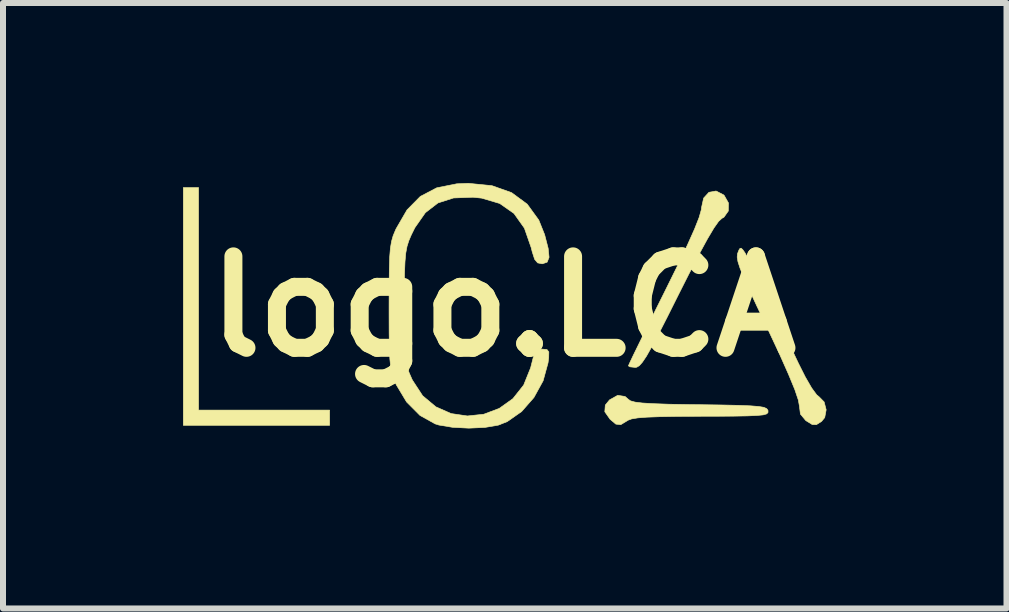
<source format=kicad_pcb>
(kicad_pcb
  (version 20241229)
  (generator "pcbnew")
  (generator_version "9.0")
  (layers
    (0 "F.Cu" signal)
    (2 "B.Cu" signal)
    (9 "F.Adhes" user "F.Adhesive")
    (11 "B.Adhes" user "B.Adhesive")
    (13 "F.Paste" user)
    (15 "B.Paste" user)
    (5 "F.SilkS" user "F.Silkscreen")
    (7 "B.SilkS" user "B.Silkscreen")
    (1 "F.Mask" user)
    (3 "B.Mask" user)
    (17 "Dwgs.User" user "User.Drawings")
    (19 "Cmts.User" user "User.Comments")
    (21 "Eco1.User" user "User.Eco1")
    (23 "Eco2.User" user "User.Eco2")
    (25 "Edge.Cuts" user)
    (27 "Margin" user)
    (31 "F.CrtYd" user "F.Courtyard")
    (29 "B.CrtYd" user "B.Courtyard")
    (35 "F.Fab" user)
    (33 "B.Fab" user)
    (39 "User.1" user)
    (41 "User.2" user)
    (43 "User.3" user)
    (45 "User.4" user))
  (footprint "logo.LCA"
    (layer "F.Cu")
    (at 5.339 2.057)
    (property "Reference" "logo.LCA" (at 0 0 0) (layer "F.SilkS") (effects (font (size 1.524 1.524) (thickness 0.3))))
    (attr through_hole)
    (fp_poly (pts (xy -5.08 1.727) (xy -2.896 1.727) (xy -2.896 1.981) (xy -5.334 1.981) (xy -5.334 -1.981) (xy -5.08 -1.981) (xy -5.08 1.727)) (stroke (width 0.01) (type solid)) (fill yes) (layer "F.SilkS"))
    (fp_poly (pts (xy 3.669 -1.86) (xy 3.679 -1.851) (xy 3.751 -1.724) (xy 3.748 -1.59) (xy 3.674 -1.486) (xy 3.642 -1.469) (xy 3.587 -1.419) (xy 3.508 -1.307) (xy 3.4 -1.125) (xy 3.26 -0.868) (xy 3.085 -0.529) (xy 2.919 -0.2) (xy 2.734 0.17) (xy 2.587 0.458) (xy 2.472 0.673) (xy 2.385 0.827) (xy 2.317 0.928) (xy 2.265 0.987) (xy 2.223 1.012) (xy 2.198 1.016) (xy 2.108 1.006) (xy 2.083 0.99) (xy 2.105 0.94) (xy 2.166 0.811) (xy 2.262 0.615) (xy 2.385 0.364) (xy 2.53 0.071) (xy 2.691 -0.252) (xy 2.692 -0.254) (xy 2.903 -0.681) (xy 3.067 -1.025) (xy 3.186 -1.291) (xy 3.262 -1.484) (xy 3.298 -1.611) (xy 3.302 -1.649) (xy 3.337 -1.806) (xy 3.425 -1.902) (xy 3.544 -1.924) (xy 3.669 -1.86)) (stroke (width 0.01) (type solid)) (fill yes) (layer "F.SilkS"))
    (fp_poly (pts (xy 2.027 1.5) (xy 2.082 1.548) (xy 2.12 1.574) (xy 2.194 1.594) (xy 2.315 1.609) (xy 2.497 1.62) (xy 2.751 1.629) (xy 3.09 1.635) (xy 3.269 1.637) (xy 3.636 1.642) (xy 3.915 1.648) (xy 4.116 1.656) (xy 4.254 1.667) (xy 4.34 1.681) (xy 4.387 1.702) (xy 4.407 1.728) (xy 4.41 1.74) (xy 4.409 1.769) (xy 4.386 1.791) (xy 4.329 1.807) (xy 4.226 1.817) (xy 4.064 1.824) (xy 3.831 1.828) (xy 3.516 1.83) (xy 3.293 1.83) (xy 2.908 1.832) (xy 2.612 1.837) (xy 2.393 1.845) (xy 2.239 1.857) (xy 2.137 1.874) (xy 2.075 1.897) (xy 2.06 1.907) (xy 1.956 1.97) (xy 1.874 1.961) (xy 1.778 1.88) (xy 1.69 1.755) (xy 1.698 1.644) (xy 1.769 1.557) (xy 1.905 1.481) (xy 2.027 1.5)) (stroke (width 0.01) (type solid)) (fill yes) (layer "F.SilkS"))
    (fp_poly (pts (xy 3.987 -0.949) (xy 4.025 -0.895) (xy 4.079 -0.799) (xy 4.153 -0.656) (xy 4.251 -0.457) (xy 4.376 -0.195) (xy 4.534 0.138) (xy 4.728 0.549) (xy 4.915 0.944) (xy 5.031 1.175) (xy 5.136 1.357) (xy 5.221 1.473) (xy 5.258 1.503) (xy 5.345 1.591) (xy 5.379 1.722) (xy 5.355 1.851) (xy 5.303 1.915) (xy 5.216 1.97) (xy 5.147 1.968) (xy 5.048 1.907) (xy 5.039 1.901) (xy 4.95 1.794) (xy 4.933 1.66) (xy 4.915 1.559) (xy 4.856 1.384) (xy 4.752 1.132) (xy 4.604 0.799) (xy 4.408 0.381) (xy 4.397 0.358) (xy 4.228 0.002) (xy 4.099 -0.275) (xy 4.006 -0.484) (xy 3.944 -0.637) (xy 3.909 -0.745) (xy 3.896 -0.822) (xy 3.901 -0.877) (xy 3.914 -0.912) (xy 3.928 -0.945) (xy 3.943 -0.967) (xy 3.961 -0.971) (xy 3.987 -0.949)) (stroke (width 0.01) (type solid)) (fill yes) (layer "F.SilkS"))
    (fp_poly (pts (xy -0.191 -2.013) (xy 0.136 -1.897) (xy 0.397 -1.705) (xy 0.59 -1.439) (xy 0.687 -1.197) (xy 0.746 -0.969) (xy 0.761 -0.819) (xy 0.729 -0.738) (xy 0.65 -0.711) (xy 0.644 -0.711) (xy 0.571 -0.726) (xy 0.521 -0.785) (xy 0.48 -0.912) (xy 0.464 -0.978) (xy 0.35 -1.305) (xy 0.176 -1.55) (xy -0.061 -1.716) (xy -0.362 -1.805) (xy -0.507 -1.82) (xy -0.831 -1.808) (xy -1.09 -1.725) (xy -1.3 -1.563) (xy -1.475 -1.313) (xy -1.535 -1.192) (xy -1.576 -1.096) (xy -1.606 -1.001) (xy -1.627 -0.889) (xy -1.64 -0.744) (xy -1.648 -0.547) (xy -1.65 -0.28) (xy -1.651 0) (xy -1.65 0.333) (xy -1.647 0.582) (xy -1.64 0.766) (xy -1.626 0.902) (xy -1.604 1.009) (xy -1.571 1.104) (xy -1.526 1.207) (xy -1.516 1.228) (xy -1.346 1.488) (xy -1.125 1.673) (xy -0.871 1.785) (xy -0.6 1.825) (xy -0.327 1.796) (xy -0.069 1.699) (xy 0.158 1.537) (xy 0.338 1.31) (xy 0.454 1.022) (xy 0.461 0.994) (xy 0.502 0.832) (xy 0.544 0.747) (xy 0.601 0.715) (xy 0.65 0.711) (xy 0.726 0.718) (xy 0.757 0.758) (xy 0.755 0.856) (xy 0.744 0.94) (xy 0.662 1.239) (xy 0.509 1.517) (xy 0.304 1.751) (xy 0.064 1.919) (xy -0.085 1.978) (xy -0.308 2.016) (xy -0.576 2.028) (xy -0.847 2.014) (xy -1.076 1.976) (xy -1.137 1.957) (xy -1.39 1.816) (xy -1.613 1.592) (xy -1.786 1.304) (xy -1.787 1.301) (xy -1.827 1.208) (xy -1.857 1.116) (xy -1.878 1.011) (xy -1.892 0.875) (xy -1.9 0.692) (xy -1.904 0.445) (xy -1.905 0.118) (xy -1.905 0) (xy -1.904 -0.354) (xy -1.901 -0.624) (xy -1.895 -0.824) (xy -1.883 -0.972) (xy -1.864 -1.084) (xy -1.838 -1.177) (xy -1.801 -1.266) (xy -1.788 -1.295) (xy -1.606 -1.609) (xy -1.384 -1.834) (xy -1.111 -1.977) (xy -0.777 -2.044) (xy -0.584 -2.052) (xy -0.191 -2.013)) (stroke (width 0.01) (type solid)) (fill yes) (layer "F.SilkS")))
  (gr_rect
    (start -3 -3)
    (end 13.723 7.09)
    (stroke (width 0.1) (type default))
    (fill no)
    (layer "Edge.Cuts")))
</source>
